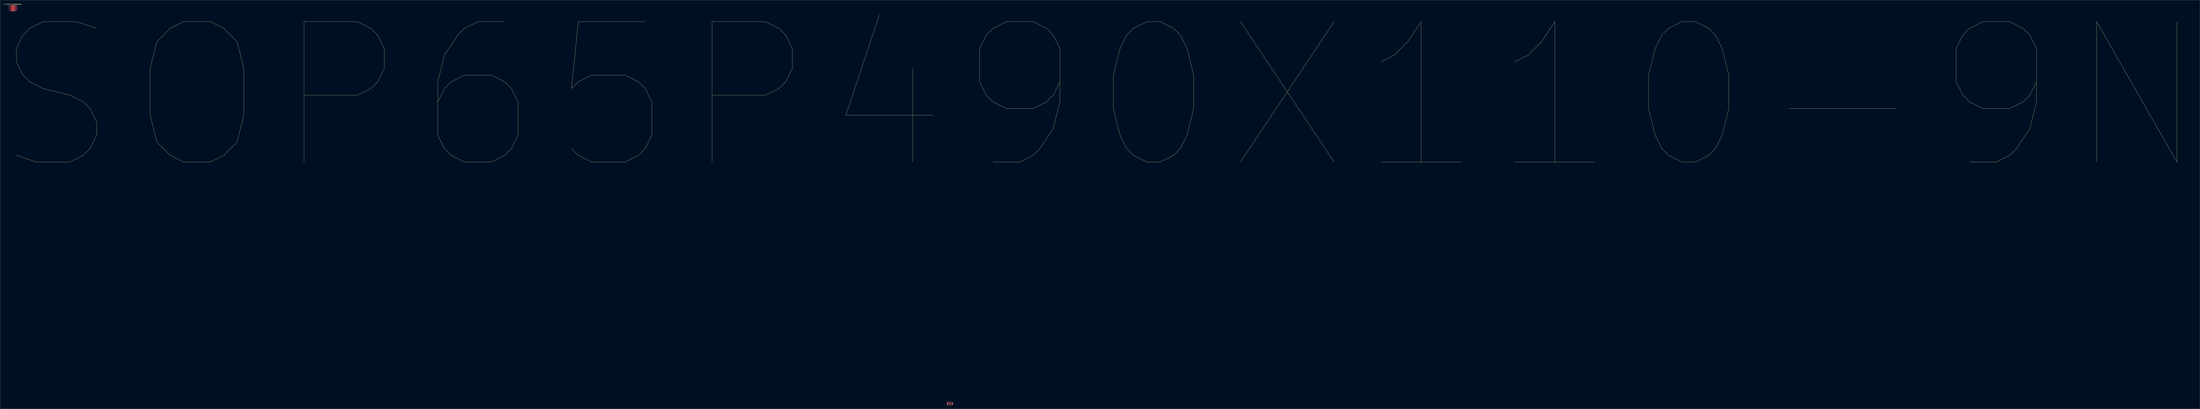
<source format=kicad_pcb>
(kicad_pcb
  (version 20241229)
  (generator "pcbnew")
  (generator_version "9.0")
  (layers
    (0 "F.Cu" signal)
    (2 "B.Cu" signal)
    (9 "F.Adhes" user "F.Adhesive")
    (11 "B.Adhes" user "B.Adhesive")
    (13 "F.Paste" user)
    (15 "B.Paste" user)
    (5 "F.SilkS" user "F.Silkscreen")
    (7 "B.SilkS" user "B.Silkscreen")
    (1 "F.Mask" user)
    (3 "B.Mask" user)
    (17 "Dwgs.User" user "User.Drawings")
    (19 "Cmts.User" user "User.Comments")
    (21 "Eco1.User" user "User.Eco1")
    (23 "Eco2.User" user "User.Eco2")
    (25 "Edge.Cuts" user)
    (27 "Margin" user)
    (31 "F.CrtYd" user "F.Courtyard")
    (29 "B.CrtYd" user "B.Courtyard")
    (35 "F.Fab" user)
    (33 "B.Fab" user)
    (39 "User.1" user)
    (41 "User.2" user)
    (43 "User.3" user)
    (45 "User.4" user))
  (footprint "SOP65P490X110-9N"
    (layer "F.Cu")
    (at 845.374 357.755)
    (property "Reference" "SOP65P490X110-9N" (at 134.042 -274.012 0) (layer "F.SilkS") (effects (font (size 125.461 125.461) (thickness 0.15))))
    (attr smd)
    (fp_line (start -1.549 1.549) (end 1.549 1.549) (stroke (width 0.152) (type solid)) (layer "F.SilkS"))
    (fp_line (start -0.305 -1.549) (end -1.549 -1.549) (stroke (width 0.152) (type solid)) (layer "F.SilkS"))
    (fp_line (start 0.305 -1.549) (end -0.305 -1.549) (stroke (width 0.152) (type solid)) (layer "F.SilkS"))
    (fp_line (start 1.549 -1.549) (end 0.305 -1.549) (stroke (width 0.152) (type solid)) (layer "F.SilkS"))
    (fp_arc (start -0.126999 -1.27) (mid -0.255299 -1.384627) (end -0.3048 -1.5494) (stroke (width 0.1524) (type solid)) (layer "F.SilkS"))
    (fp_arc (start 0.3048 -1.5494) (mid 0.255299 -1.384628) (end 0.127 -1.27) (stroke (width 0.1524) (type solid)) (layer "F.SilkS"))
    (fp_line (start -2.515 -1.168) (end -2.515 -0.787) (stroke (width 0.1) (type solid)) (layer "F.Fab"))
    (fp_line (start -2.515 -0.787) (end -1.549 -0.787) (stroke (width 0.1) (type solid)) (layer "F.Fab"))
    (fp_line (start -2.515 -0.508) (end -2.515 -0.127) (stroke (width 0.1) (type solid)) (layer "F.Fab"))
    (fp_line (start -2.515 -0.127) (end -1.549 -0.127) (stroke (width 0.1) (type solid)) (layer "F.Fab"))
    (fp_line (start -2.515 0.127) (end -2.515 0.508) (stroke (width 0.1) (type solid)) (layer "F.Fab"))
    (fp_line (start -2.515 0.508) (end -1.549 0.508) (stroke (width 0.1) (type solid)) (layer "F.Fab"))
    (fp_line (start -2.515 0.787) (end -2.515 1.168) (stroke (width 0.1) (type solid)) (layer "F.Fab"))
    (fp_line (start -2.515 1.168) (end -1.549 1.168) (stroke (width 0.1) (type solid)) (layer "F.Fab"))
    (fp_line (start -1.549 -1.549) (end -1.549 1.549) (stroke (width 0.1) (type solid)) (layer "F.Fab"))
    (fp_line (start -1.549 -1.168) (end -2.515 -1.168) (stroke (width 0.1) (type solid)) (layer "F.Fab"))
    (fp_line (start -1.549 -0.787) (end -1.549 -1.168) (stroke (width 0.1) (type solid)) (layer "F.Fab"))
    (fp_line (start -1.549 -0.508) (end -2.515 -0.508) (stroke (width 0.1) (type solid)) (layer "F.Fab"))
    (fp_line (start -1.549 -0.127) (end -1.549 -0.508) (stroke (width 0.1) (type solid)) (layer "F.Fab"))
    (fp_line (start -1.549 0.127) (end -2.515 0.127) (stroke (width 0.1) (type solid)) (layer "F.Fab"))
    (fp_line (start -1.549 0.508) (end -1.549 0.127) (stroke (width 0.1) (type solid)) (layer "F.Fab"))
    (fp_line (start -1.549 0.787) (end -2.515 0.787) (stroke (width 0.1) (type solid)) (layer "F.Fab"))
    (fp_line (start -1.549 1.168) (end -1.549 0.787) (stroke (width 0.1) (type solid)) (layer "F.Fab"))
    (fp_line (start -1.549 1.549) (end 1.549 1.549) (stroke (width 0.1) (type solid)) (layer "F.Fab"))
    (fp_line (start -0.305 -1.549) (end -1.549 -1.549) (stroke (width 0.1) (type solid)) (layer "F.Fab"))
    (fp_line (start 0.305 -1.549) (end -0.305 -1.549) (stroke (width 0.1) (type solid)) (layer "F.Fab"))
    (fp_line (start 1.549 -1.549) (end 0.305 -1.549) (stroke (width 0.1) (type solid)) (layer "F.Fab"))
    (fp_line (start 1.549 -1.168) (end 1.549 -0.787) (stroke (width 0.1) (type solid)) (layer "F.Fab"))
    (fp_line (start 1.549 -0.787) (end 2.515 -0.787) (stroke (width 0.1) (type solid)) (layer "F.Fab"))
    (fp_line (start 1.549 -0.508) (end 1.549 -0.127) (stroke (width 0.1) (type solid)) (layer "F.Fab"))
    (fp_line (start 1.549 -0.127) (end 2.515 -0.127) (stroke (width 0.1) (type solid)) (layer "F.Fab"))
    (fp_line (start 1.549 0.127) (end 1.549 0.508) (stroke (width 0.1) (type solid)) (layer "F.Fab"))
    (fp_line (start 1.549 0.508) (end 2.515 0.508) (stroke (width 0.1) (type solid)) (layer "F.Fab"))
    (fp_line (start 1.549 0.787) (end 1.549 1.168) (stroke (width 0.1) (type solid)) (layer "F.Fab"))
    (fp_line (start 1.549 1.168) (end 2.515 1.168) (stroke (width 0.1) (type solid)) (layer "F.Fab"))
    (fp_line (start 1.549 1.549) (end 1.549 -1.549) (stroke (width 0.1) (type solid)) (layer "F.Fab"))
    (fp_line (start 2.515 -1.168) (end 1.549 -1.168) (stroke (width 0.1) (type solid)) (layer "F.Fab"))
    (fp_line (start 2.515 -0.787) (end 2.515 -1.168) (stroke (width 0.1) (type solid)) (layer "F.Fab"))
    (fp_line (start 2.515 -0.508) (end 1.549 -0.508) (stroke (width 0.1) (type solid)) (layer "F.Fab"))
    (fp_line (start 2.515 -0.127) (end 2.515 -0.508) (stroke (width 0.1) (type solid)) (layer "F.Fab"))
    (fp_line (start 2.515 0.127) (end 1.549 0.127) (stroke (width 0.1) (type solid)) (layer "F.Fab"))
    (fp_line (start 2.515 0.508) (end 2.515 0.127) (stroke (width 0.1) (type solid)) (layer "F.Fab"))
    (fp_line (start 2.515 0.787) (end 1.549 0.787) (stroke (width 0.1) (type solid)) (layer "F.Fab"))
    (fp_line (start 2.515 1.168) (end 2.515 0.787) (stroke (width 0.1) (type solid)) (layer "F.Fab"))
    (fp_arc (start 0.3048 -1.5494) (mid 0 -1.2446) (end -0.3048 -1.5494) (stroke (width 0.1) (type solid)) (layer "F.Fab"))
    (pad "1" smd rect (at -2.184 -0.965) (size 1.422 0.432) (layers "F.Cu" "F.Mask" "F.Paste"))
    (pad "2" smd rect (at -2.184 -0.33) (size 1.422 0.432) (layers "F.Cu" "F.Mask" "F.Paste"))
    (pad "3" smd rect (at -2.184 0.33) (size 1.422 0.432) (layers "F.Cu" "F.Mask" "F.Paste"))
    (pad "4" smd rect (at -2.184 0.965) (size 1.422 0.432) (layers "F.Cu" "F.Mask" "F.Paste"))
    (pad "5" smd rect (at 2.184 0.965) (size 1.422 0.432) (layers "F.Cu" "F.Mask" "F.Paste"))
    (pad "6" smd rect (at 2.184 0.33) (size 1.422 0.432) (layers "F.Cu" "F.Mask" "F.Paste"))
    (pad "7" smd rect (at 2.184 -0.33) (size 1.422 0.432) (layers "F.Cu" "F.Mask" "F.Paste"))
    (pad "8" smd rect (at 2.184 -0.965) (size 1.422 0.432) (layers "F.Cu" "F.Mask" "F.Paste"))
    (pad "9" smd rect (at 0 0) (size 1.575 1.88) (layers "F.Cu" "F.Mask" "F.Paste")))
  (footprint "IC_TPS27S100BPWPR"
    (layer "F.Cu")
    (at 8.675 4.31)
    (property "Reference" "IC_TPS27S100BPWPR" (at -0.645 -3.462 0) (layer "F.SilkS") (effects (font (size 1 1) (thickness 0.15))))
    (attr smd)
    (fp_poly (pts (xy -1.23 -1.155) (xy 1.23 -1.155) (xy 1.23 1.155) (xy -1.23 1.155)) (stroke (width 0.01) (type solid)) (fill yes) (layer "F.Mask"))
    (fp_line (start -2.2 -2.5) (end 2.2 -2.5) (stroke (width 0.127) (type solid)) (layer "F.SilkS"))
    (fp_line (start -2.2 2.5) (end 2.2 2.5) (stroke (width 0.127) (type solid)) (layer "F.SilkS"))
    (fp_circle (center -4.2 -1.96) (end -4.1 -1.96) (stroke (width 0.2) (type solid)) (fill no) (layer "F.SilkS"))
    (fp_poly (pts (xy -3.575 -2.075) (xy -2.025 -2.075) (xy -2.025 -1.825) (xy -3.575 -1.825)) (stroke (width 0.01) (type solid)) (fill yes) (layer "F.Paste"))
    (fp_poly (pts (xy -3.575 -1.425) (xy -2.025 -1.425) (xy -2.025 -1.175) (xy -3.575 -1.175)) (stroke (width 0.01) (type solid)) (fill yes) (layer "F.Paste"))
    (fp_poly (pts (xy -3.575 -0.775) (xy -2.025 -0.775) (xy -2.025 -0.525) (xy -3.575 -0.525)) (stroke (width 0.01) (type solid)) (fill yes) (layer "F.Paste"))
    (fp_poly (pts (xy -3.575 -0.125) (xy -2.025 -0.125) (xy -2.025 0.125) (xy -3.575 0.125)) (stroke (width 0.01) (type solid)) (fill yes) (layer "F.Paste"))
    (fp_poly (pts (xy -3.575 0.525) (xy -2.025 0.525) (xy -2.025 0.775) (xy -3.575 0.775)) (stroke (width 0.01) (type solid)) (fill yes) (layer "F.Paste"))
    (fp_poly (pts (xy -3.575 1.175) (xy -2.025 1.175) (xy -2.025 1.425) (xy -3.575 1.425)) (stroke (width 0.01) (type solid)) (fill yes) (layer "F.Paste"))
    (fp_poly (pts (xy -3.575 1.825) (xy -2.025 1.825) (xy -2.025 2.075) (xy -3.575 2.075)) (stroke (width 0.01) (type solid)) (fill yes) (layer "F.Paste"))
    (fp_poly (pts (xy -1.23 -1.155) (xy 1.23 -1.155) (xy 1.23 1.155) (xy -1.23 1.155)) (stroke (width 0.01) (type solid)) (fill yes) (layer "F.Paste"))
    (fp_poly (pts (xy 2.025 -2.075) (xy 3.575 -2.075) (xy 3.575 -1.825) (xy 2.025 -1.825)) (stroke (width 0.01) (type solid)) (fill yes) (layer "F.Paste"))
    (fp_poly (pts (xy 2.025 -1.425) (xy 3.575 -1.425) (xy 3.575 -1.175) (xy 2.025 -1.175)) (stroke (width 0.01) (type solid)) (fill yes) (layer "F.Paste"))
    (fp_poly (pts (xy 2.025 -0.775) (xy 3.575 -0.775) (xy 3.575 -0.525) (xy 2.025 -0.525)) (stroke (width 0.01) (type solid)) (fill yes) (layer "F.Paste"))
    (fp_poly (pts (xy 2.025 -0.125) (xy 3.575 -0.125) (xy 3.575 0.125) (xy 2.025 0.125)) (stroke (width 0.01) (type solid)) (fill yes) (layer "F.Paste"))
    (fp_poly (pts (xy 2.025 0.525) (xy 3.575 0.525) (xy 3.575 0.775) (xy 2.025 0.775)) (stroke (width 0.01) (type solid)) (fill yes) (layer "F.Paste"))
    (fp_poly (pts (xy 2.025 1.175) (xy 3.575 1.175) (xy 3.575 1.425) (xy 2.025 1.425)) (stroke (width 0.01) (type solid)) (fill yes) (layer "F.Paste"))
    (fp_poly (pts (xy 2.025 1.825) (xy 3.575 1.825) (xy 3.575 2.075) (xy 2.025 2.075)) (stroke (width 0.01) (type solid)) (fill yes) (layer "F.Paste"))
    (fp_line (start -3.85 -2.75) (end -3.85 2.75) (stroke (width 0.05) (type solid)) (layer "F.CrtYd"))
    (fp_line (start -3.85 -2.75) (end 3.85 -2.75) (stroke (width 0.05) (type solid)) (layer "F.CrtYd"))
    (fp_line (start -3.85 2.75) (end 3.85 2.75) (stroke (width 0.05) (type solid)) (layer "F.CrtYd"))
    (fp_line (start 3.85 -2.75) (end 3.85 2.75) (stroke (width 0.05) (type solid)) (layer "F.CrtYd"))
    (fp_line (start -2.2 -2.5) (end -2.2 2.5) (stroke (width 0.127) (type solid)) (layer "F.Fab"))
    (fp_line (start -2.2 -2.5) (end 2.2 -2.5) (stroke (width 0.127) (type solid)) (layer "F.Fab"))
    (fp_line (start -2.2 2.5) (end 2.2 2.5) (stroke (width 0.127) (type solid)) (layer "F.Fab"))
    (fp_line (start 2.2 -2.5) (end 2.2 2.5) (stroke (width 0.127) (type solid)) (layer "F.Fab"))
    (fp_circle (center -4.2 -1.96) (end -4.1 -1.96) (stroke (width 0.2) (type solid)) (fill no) (layer "F.Fab"))
    (pad "1" smd rect (at -2.8 -1.95) (size 1.6 0.3) (layers "F.Cu" "F.Mask"))
    (pad "2" smd rect (at -2.8 -1.3) (size 1.6 0.3) (layers "F.Cu" "F.Mask"))
    (pad "3" smd rect (at -2.8 -0.65) (size 1.6 0.3) (layers "F.Cu" "F.Mask"))
    (pad "4" smd rect (at -2.8 0) (size 1.6 0.3) (layers "F.Cu" "F.Mask"))
    (pad "5" smd rect (at -2.8 0.65) (size 1.6 0.3) (layers "F.Cu" "F.Mask"))
    (pad "6" smd rect (at -2.8 1.3) (size 1.6 0.3) (layers "F.Cu" "F.Mask"))
    (pad "7" smd rect (at -2.8 1.95) (size 1.6 0.3) (layers "F.Cu" "F.Mask"))
    (pad "8" smd rect (at 2.8 1.95) (size 1.6 0.3) (layers "F.Cu" "F.Mask"))
    (pad "9" smd rect (at 2.8 1.3) (size 1.6 0.3) (layers "F.Cu" "F.Mask"))
    (pad "10" smd rect (at 2.8 0.65) (size 1.6 0.3) (layers "F.Cu" "F.Mask"))
    (pad "11" smd rect (at 2.8 0) (size 1.6 0.3) (layers "F.Cu" "F.Mask"))
    (pad "12" smd rect (at 2.8 -0.65) (size 1.6 0.3) (layers "F.Cu" "F.Mask"))
    (pad "13" smd rect (at 2.8 -1.3) (size 1.6 0.3) (layers "F.Cu" "F.Mask"))
    (pad "14" smd rect (at 2.8 -1.95) (size 1.6 0.3) (layers "F.Cu" "F.Mask"))
    (pad "15" thru_hole circle (at -0.75 -1.5) (size 0.44 0.44) (drill 0.33) (layers "*.Cu"))
    (pad "15" thru_hole circle (at -0.75 0) (size 0.44 0.44) (drill 0.33) (layers "*.Cu" "*.Mask"))
    (pad "15" thru_hole circle (at -0.75 1.5) (size 0.44 0.44) (drill 0.33) (layers "*.Cu"))
    (pad "15" smd rect (at 0 0) (size 3.4 5) (layers "F.Cu"))
    (pad "15" thru_hole circle (at 0.75 -1.5) (size 0.44 0.44) (drill 0.33) (layers "*.Cu"))
    (pad "15" thru_hole circle (at 0.75 0) (size 0.44 0.44) (drill 0.33) (layers "*.Cu" "*.Mask"))
    (pad "15" thru_hole circle (at 0.75 1.5) (size 0.44 0.44) (drill 0.33) (layers "*.Cu")))
  (gr_rect
    (start -3 -3)
    (end 1961.831 362.381)
    (stroke (width 0.1) (type default))
    (fill no)
    (layer "Edge.Cuts")))
</source>
